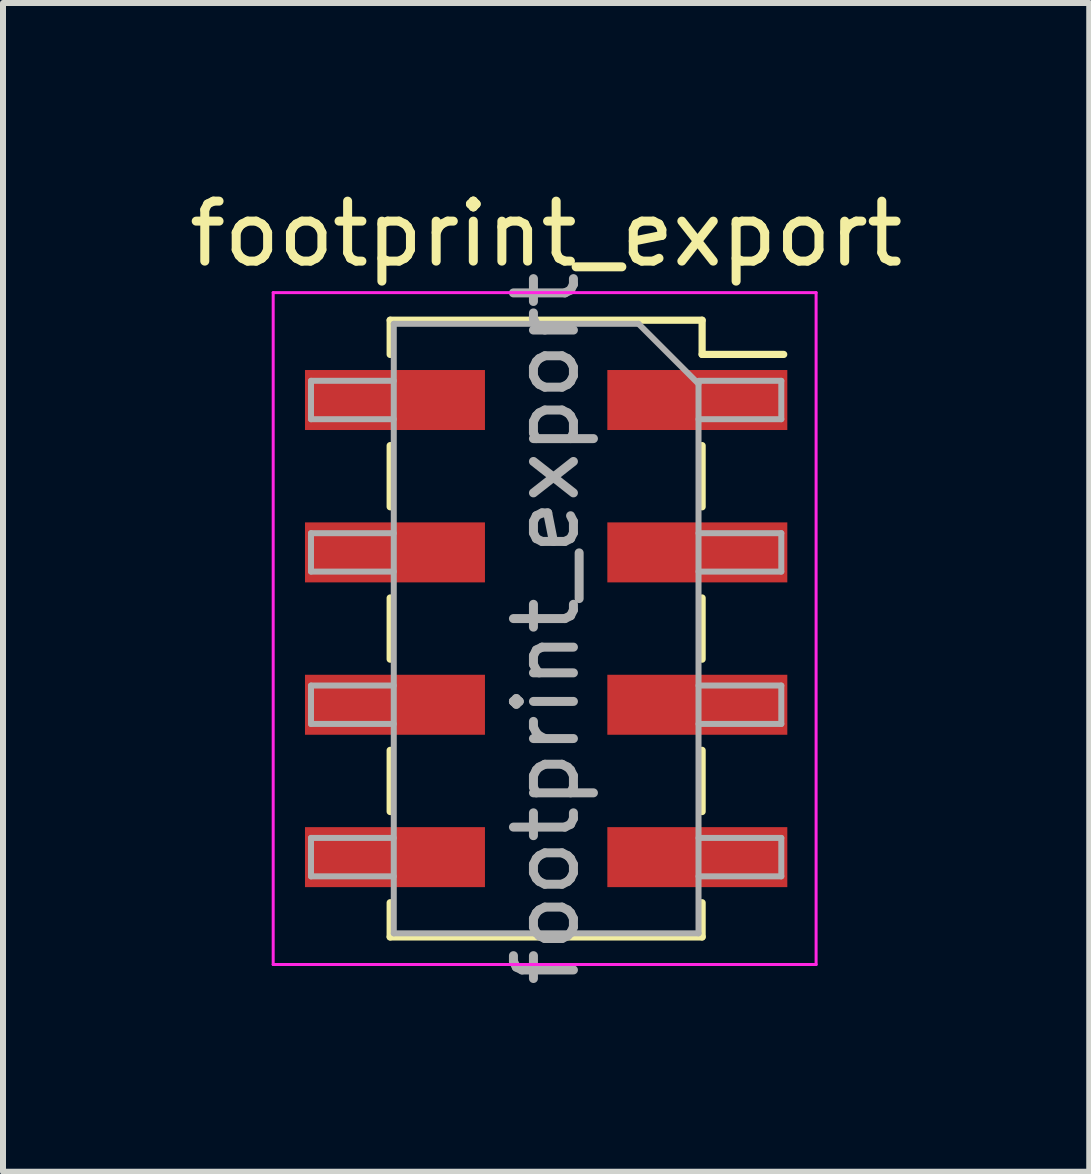
<source format=kicad_pcb>
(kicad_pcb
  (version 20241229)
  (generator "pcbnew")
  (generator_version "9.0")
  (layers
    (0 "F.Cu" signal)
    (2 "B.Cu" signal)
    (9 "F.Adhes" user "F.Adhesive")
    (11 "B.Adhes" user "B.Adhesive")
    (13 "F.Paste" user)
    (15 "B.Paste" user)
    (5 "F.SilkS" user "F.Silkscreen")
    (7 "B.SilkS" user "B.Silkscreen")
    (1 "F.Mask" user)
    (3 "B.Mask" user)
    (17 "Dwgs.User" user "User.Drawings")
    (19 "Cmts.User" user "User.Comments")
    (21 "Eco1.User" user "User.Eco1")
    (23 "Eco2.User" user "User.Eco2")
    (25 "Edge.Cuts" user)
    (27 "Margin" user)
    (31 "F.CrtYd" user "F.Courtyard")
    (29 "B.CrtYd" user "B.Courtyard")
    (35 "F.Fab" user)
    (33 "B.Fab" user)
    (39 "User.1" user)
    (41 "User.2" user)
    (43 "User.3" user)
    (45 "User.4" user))
  (footprint "footprint_export"
    (layer "F.Cu")
    (at 6.054 7.428)
    (property "Reference" "footprint_export" (at 0 -6.58 0) (layer "F.SilkS") (effects (font (size 1 1) (thickness 0.15))))
    (attr smd)
    (fp_line (start -2.6 -5.14) (end -2.6 -4.57) (stroke (width 0.12) (type solid)) (layer "F.SilkS"))
    (fp_line (start -2.6 -5.14) (end 2.6 -5.14) (stroke (width 0.12) (type solid)) (layer "F.SilkS"))
    (fp_line (start -2.6 -3.05) (end -2.6 -2.03) (stroke (width 0.12) (type solid)) (layer "F.SilkS"))
    (fp_line (start -2.6 -0.51) (end -2.6 0.51) (stroke (width 0.12) (type solid)) (layer "F.SilkS"))
    (fp_line (start -2.6 2.03) (end -2.6 3.05) (stroke (width 0.12) (type solid)) (layer "F.SilkS"))
    (fp_line (start -2.6 4.57) (end -2.6 5.14) (stroke (width 0.12) (type solid)) (layer "F.SilkS"))
    (fp_line (start -2.6 5.14) (end 2.6 5.14) (stroke (width 0.12) (type solid)) (layer "F.SilkS"))
    (fp_line (start 2.6 -5.14) (end 2.6 -4.57) (stroke (width 0.12) (type solid)) (layer "F.SilkS"))
    (fp_line (start 2.6 -4.57) (end 3.96 -4.57) (stroke (width 0.12) (type solid)) (layer "F.SilkS"))
    (fp_line (start 2.6 -3.05) (end 2.6 -2.03) (stroke (width 0.12) (type solid)) (layer "F.SilkS"))
    (fp_line (start 2.6 -0.51) (end 2.6 0.51) (stroke (width 0.12) (type solid)) (layer "F.SilkS"))
    (fp_line (start 2.6 2.03) (end 2.6 3.05) (stroke (width 0.12) (type solid)) (layer "F.SilkS"))
    (fp_line (start 2.6 4.57) (end 2.6 5.14) (stroke (width 0.12) (type solid)) (layer "F.SilkS"))
    (fp_line (start -4.55 -5.6) (end 4.5 -5.6) (stroke (width 0.05) (type solid)) (layer "F.CrtYd"))
    (fp_line (start -4.55 5.6) (end -4.55 -5.6) (stroke (width 0.05) (type solid)) (layer "F.CrtYd"))
    (fp_line (start 4.5 -5.6) (end 4.5 5.6) (stroke (width 0.05) (type solid)) (layer "F.CrtYd"))
    (fp_line (start 4.5 5.6) (end -4.55 5.6) (stroke (width 0.05) (type solid)) (layer "F.CrtYd"))
    (fp_line (start -3.92 -4.13) (end -2.54 -4.13) (stroke (width 0.1) (type solid)) (layer "F.Fab"))
    (fp_line (start -3.92 -3.49) (end -3.92 -4.13) (stroke (width 0.1) (type solid)) (layer "F.Fab"))
    (fp_line (start -3.92 -1.59) (end -2.54 -1.59) (stroke (width 0.1) (type solid)) (layer "F.Fab"))
    (fp_line (start -3.92 -0.95) (end -3.92 -1.59) (stroke (width 0.1) (type solid)) (layer "F.Fab"))
    (fp_line (start -3.92 0.95) (end -2.54 0.95) (stroke (width 0.1) (type solid)) (layer "F.Fab"))
    (fp_line (start -3.92 1.59) (end -3.92 0.95) (stroke (width 0.1) (type solid)) (layer "F.Fab"))
    (fp_line (start -3.92 3.49) (end -2.54 3.49) (stroke (width 0.1) (type solid)) (layer "F.Fab"))
    (fp_line (start -3.92 4.13) (end -3.92 3.49) (stroke (width 0.1) (type solid)) (layer "F.Fab"))
    (fp_line (start -2.54 -5.08) (end 1.54 -5.08) (stroke (width 0.1) (type solid)) (layer "F.Fab"))
    (fp_line (start -2.54 -3.49) (end -3.92 -3.49) (stroke (width 0.1) (type solid)) (layer "F.Fab"))
    (fp_line (start -2.54 -0.95) (end -3.92 -0.95) (stroke (width 0.1) (type solid)) (layer "F.Fab"))
    (fp_line (start -2.54 1.59) (end -3.92 1.59) (stroke (width 0.1) (type solid)) (layer "F.Fab"))
    (fp_line (start -2.54 4.13) (end -3.92 4.13) (stroke (width 0.1) (type solid)) (layer "F.Fab"))
    (fp_line (start -2.54 5.08) (end -2.54 -5.08) (stroke (width 0.1) (type solid)) (layer "F.Fab"))
    (fp_line (start 1.54 -5.08) (end 2.54 -4.08) (stroke (width 0.1) (type solid)) (layer "F.Fab"))
    (fp_line (start 2.54 -4.13) (end 3.92 -4.13) (stroke (width 0.1) (type solid)) (layer "F.Fab"))
    (fp_line (start 2.54 -4.08) (end 2.54 5.08) (stroke (width 0.1) (type solid)) (layer "F.Fab"))
    (fp_line (start 2.54 -1.59) (end 3.92 -1.59) (stroke (width 0.1) (type solid)) (layer "F.Fab"))
    (fp_line (start 2.54 0.95) (end 3.92 0.95) (stroke (width 0.1) (type solid)) (layer "F.Fab"))
    (fp_line (start 2.54 3.49) (end 3.92 3.49) (stroke (width 0.1) (type solid)) (layer "F.Fab"))
    (fp_line (start 2.54 5.08) (end -2.54 5.08) (stroke (width 0.1) (type solid)) (layer "F.Fab"))
    (fp_line (start 3.92 -4.13) (end 3.92 -3.49) (stroke (width 0.1) (type solid)) (layer "F.Fab"))
    (fp_line (start 3.92 -3.49) (end 2.54 -3.49) (stroke (width 0.1) (type solid)) (layer "F.Fab"))
    (fp_line (start 3.92 -1.59) (end 3.92 -0.95) (stroke (width 0.1) (type solid)) (layer "F.Fab"))
    (fp_line (start 3.92 -0.95) (end 2.54 -0.95) (stroke (width 0.1) (type solid)) (layer "F.Fab"))
    (fp_line (start 3.92 0.95) (end 3.92 1.59) (stroke (width 0.1) (type solid)) (layer "F.Fab"))
    (fp_line (start 3.92 1.59) (end 2.54 1.59) (stroke (width 0.1) (type solid)) (layer "F.Fab"))
    (fp_line (start 3.92 3.49) (end 3.92 4.13) (stroke (width 0.1) (type solid)) (layer "F.Fab"))
    (fp_line (start 3.92 4.13) (end 2.54 4.13) (stroke (width 0.1) (type solid)) (layer "F.Fab"))
    (fp_text user "${REFERENCE}" (at 0 0 90) (layer "F.Fab") (effects (font (size 1 1) (thickness 0.15))))
    (pad "1" smd rect (at 2.52 -3.81) (size 3 1) (layers "F.Cu" "F.Mask" "F.Paste"))
    (pad "2" smd rect (at -2.52 -3.81) (size 3 1) (layers "F.Cu" "F.Mask" "F.Paste"))
    (pad "3" smd rect (at 2.52 -1.27) (size 3 1) (layers "F.Cu" "F.Mask" "F.Paste"))
    (pad "4" smd rect (at -2.52 -1.27) (size 3 1) (layers "F.Cu" "F.Mask" "F.Paste"))
    (pad "5" smd rect (at 2.52 1.27) (size 3 1) (layers "F.Cu" "F.Mask" "F.Paste"))
    (pad "6" smd rect (at -2.52 1.27) (size 3 1) (layers "F.Cu" "F.Mask" "F.Paste"))
    (pad "7" smd rect (at 2.52 3.81) (size 3 1) (layers "F.Cu" "F.Mask" "F.Paste"))
    (pad "8" smd rect (at -2.52 3.81) (size 3 1) (layers "F.Cu" "F.Mask" "F.Paste")))
  (gr_rect
    (start -3 -3)
    (end 15.107 16.482)
    (stroke (width 0.1) (type default))
    (fill no)
    (layer "Edge.Cuts")))
</source>
